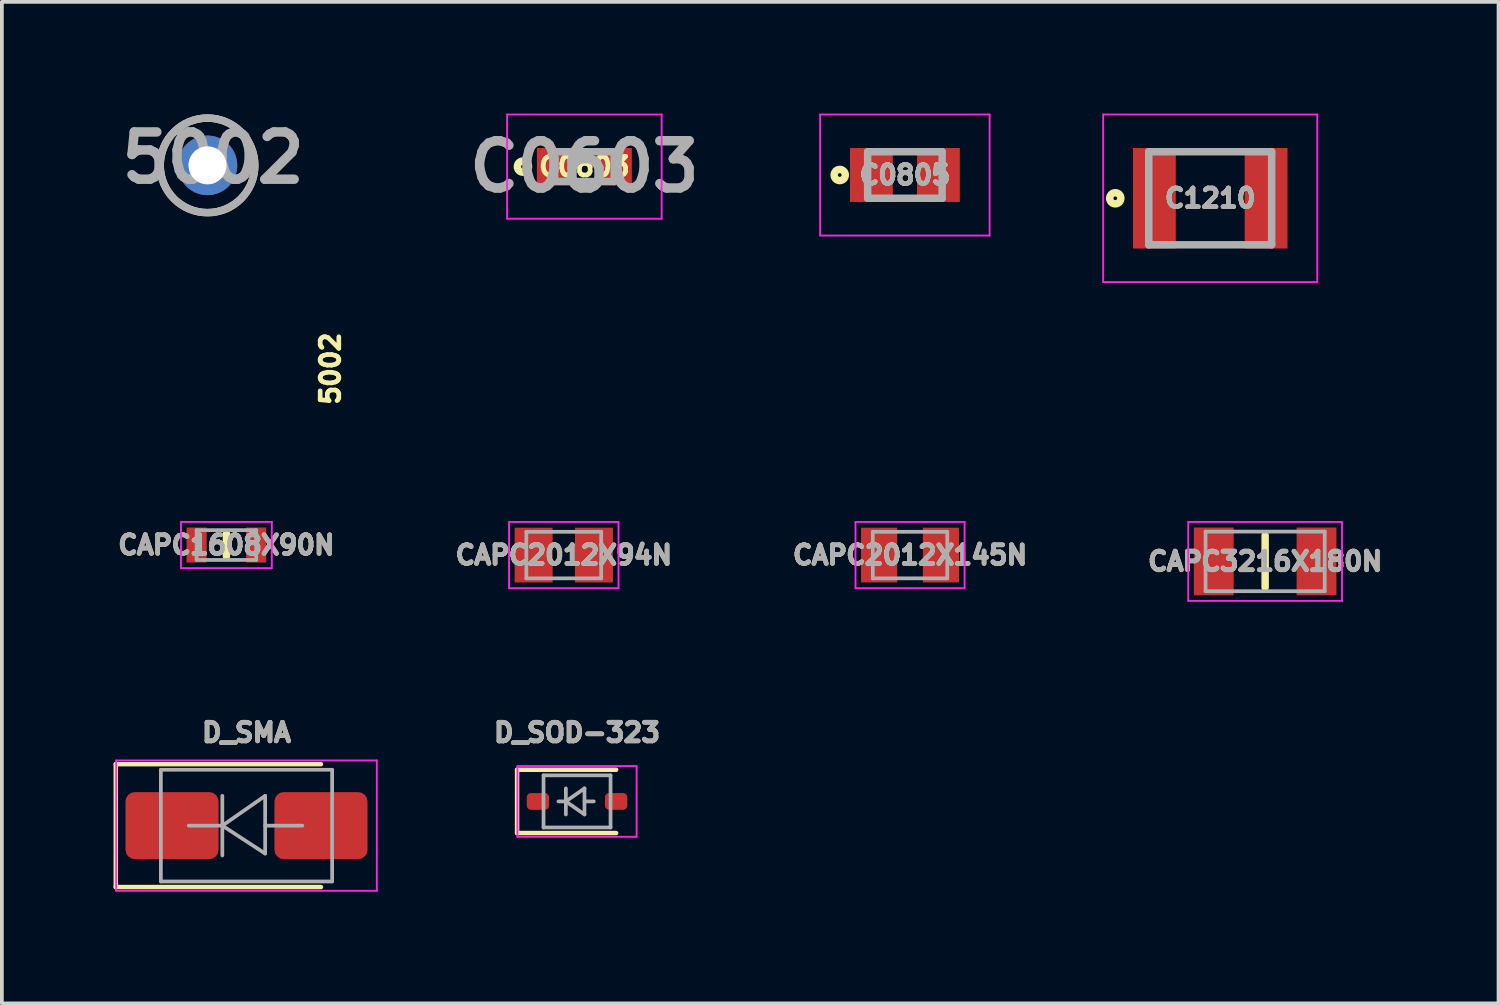
<source format=kicad_pcb>
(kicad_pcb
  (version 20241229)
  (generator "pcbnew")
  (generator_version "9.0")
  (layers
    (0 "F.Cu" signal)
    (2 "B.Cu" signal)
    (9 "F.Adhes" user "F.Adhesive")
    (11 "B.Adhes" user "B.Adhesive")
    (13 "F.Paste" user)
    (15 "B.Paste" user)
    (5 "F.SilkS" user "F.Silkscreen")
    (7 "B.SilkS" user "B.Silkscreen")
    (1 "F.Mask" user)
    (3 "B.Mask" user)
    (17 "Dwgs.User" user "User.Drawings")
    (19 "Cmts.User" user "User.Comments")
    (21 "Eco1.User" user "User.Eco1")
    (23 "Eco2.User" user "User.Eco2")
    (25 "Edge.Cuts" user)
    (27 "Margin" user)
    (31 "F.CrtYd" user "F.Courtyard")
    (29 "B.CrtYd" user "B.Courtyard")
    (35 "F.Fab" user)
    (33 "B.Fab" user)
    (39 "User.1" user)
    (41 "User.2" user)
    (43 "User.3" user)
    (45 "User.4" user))
  (footprint "C0603"
    (layer "F.Cu")
    (at 12.644 1.425)
    (property "Reference" "C0603" (at 0 0 0) (layer "F.SilkS") (effects (font (size 0.5 0.5) (thickness 0.25))))
    (attr smd)
    (fp_circle (center -1.65 0) (end -1.65 0.05) (stroke (width 0.2) (type solid)) (fill no) (layer "F.SilkS"))
    (fp_line (start -2.075 -1.4) (end 2.075 -1.4) (stroke (width 0.05) (type solid)) (layer "F.CrtYd"))
    (fp_line (start -2.075 1.4) (end -2.075 -1.4) (stroke (width 0.05) (type solid)) (layer "F.CrtYd"))
    (fp_line (start 2.075 -1.4) (end 2.075 1.4) (stroke (width 0.05) (type solid)) (layer "F.CrtYd"))
    (fp_line (start 2.075 1.4) (end -2.075 1.4) (stroke (width 0.05) (type solid)) (layer "F.CrtYd"))
    (fp_line (start -0.8 -0.4) (end 0.8 -0.4) (stroke (width 0.2) (type solid)) (layer "F.Fab"))
    (fp_line (start -0.8 0.4) (end -0.8 -0.4) (stroke (width 0.2) (type solid)) (layer "F.Fab"))
    (fp_line (start 0.8 -0.4) (end 0.8 0.4) (stroke (width 0.2) (type solid)) (layer "F.Fab"))
    (fp_line (start 0.8 0.4) (end -0.8 0.4) (stroke (width 0.2) (type solid)) (layer "F.Fab"))
    (fp_text user "${REFERENCE}" (at 0 0 0) (layer "F.Fab") (effects (font (size 1.27 1.27) (thickness 0.254))))
    (pad "1" smd rect (at -0.8 0 180) (size 0.95 1) (layers "F.Cu" "F.Mask" "F.Paste"))
    (pad "2" smd rect (at 0.8 0 180) (size 0.95 1) (layers "F.Cu" "F.Mask" "F.Paste")))
  (footprint "D_SOD-323"
    (layer "F.Cu")
    (at 12.447 18.473)
    (property "Reference" "D_SOD-323" (at 0 -1.85 0) (layer "F.SilkS") (effects (font (size 0.5 0.5) (thickness 0.25))))
    (attr smd)
    (fp_line (start -1.61 -0.85) (end -1.61 0.85) (stroke (width 0.12) (type solid)) (layer "F.SilkS"))
    (fp_line (start -1.61 -0.85) (end 1.05 -0.85) (stroke (width 0.12) (type solid)) (layer "F.SilkS"))
    (fp_line (start -1.61 0.85) (end 1.05 0.85) (stroke (width 0.12) (type solid)) (layer "F.SilkS"))
    (fp_line (start -1.6 -0.95) (end -1.6 0.95) (stroke (width 0.05) (type solid)) (layer "F.CrtYd"))
    (fp_line (start -1.6 -0.95) (end 1.6 -0.95) (stroke (width 0.05) (type solid)) (layer "F.CrtYd"))
    (fp_line (start -1.6 0.95) (end 1.6 0.95) (stroke (width 0.05) (type solid)) (layer "F.CrtYd"))
    (fp_line (start 1.6 -0.95) (end 1.6 0.95) (stroke (width 0.05) (type solid)) (layer "F.CrtYd"))
    (fp_line (start -0.9 -0.7) (end 0.9 -0.7) (stroke (width 0.1) (type solid)) (layer "F.Fab"))
    (fp_line (start -0.9 0.7) (end -0.9 -0.7) (stroke (width 0.1) (type solid)) (layer "F.Fab"))
    (fp_line (start -0.3 -0.35) (end -0.3 0.35) (stroke (width 0.1) (type solid)) (layer "F.Fab"))
    (fp_line (start -0.3 0) (end -0.5 0) (stroke (width 0.1) (type solid)) (layer "F.Fab"))
    (fp_line (start -0.3 0) (end 0.2 -0.35) (stroke (width 0.1) (type solid)) (layer "F.Fab"))
    (fp_line (start 0.2 -0.35) (end 0.2 0.35) (stroke (width 0.1) (type solid)) (layer "F.Fab"))
    (fp_line (start 0.2 0) (end 0.45 0) (stroke (width 0.1) (type solid)) (layer "F.Fab"))
    (fp_line (start 0.2 0.35) (end -0.3 0) (stroke (width 0.1) (type solid)) (layer "F.Fab"))
    (fp_line (start 0.9 -0.7) (end 0.9 0.7) (stroke (width 0.1) (type solid)) (layer "F.Fab"))
    (fp_line (start 0.9 0.7) (end -0.9 0.7) (stroke (width 0.1) (type solid)) (layer "F.Fab"))
    (fp_text user "${REFERENCE}" (at 0 -1.85 0) (layer "F.Fab") (effects (font (size 0.5 0.5) (thickness 0.25))))
    (pad "1" smd roundrect (at -1.05 0) (size 0.6 0.45) (layers "F.Cu" "F.Mask" "F.Paste") (roundrect_rratio 0.25))
    (pad "2" smd roundrect (at 1.05 0) (size 0.6 0.45) (layers "F.Cu" "F.Mask" "F.Paste") (roundrect_rratio 0.25)))
  (footprint "5002"
    (layer "F.Cu")
    (at 2.522 1.391)
    (property "Reference" "5002" (at 3.302 5.461 90) (layer "F.SilkS") (effects (font (size 0.5 0.5) (thickness 0.25))))
    (attr through_hole)
    (fp_circle (center 0 0) (end 0 1.27) (stroke (width 0.2) (type solid)) (fill no) (layer "F.SilkS"))
    (fp_circle (center 0 0) (end 0 1.27) (stroke (width 0.2) (type solid)) (fill no) (layer "F.Fab"))
    (fp_text user "${REFERENCE}" (at 0.151 -0.202 0) (layer "F.Fab") (effects (font (size 1.27 1.27) (thickness 0.254))))
    (pad "1" thru_hole circle (at 0 0 180) (size 1.6 1.6) (drill 1.02) (layers "*.Cu" "*.Mask")))
  (footprint "CAPC2012X145N"
    (layer "F.Cu")
    (at 21.39 11.857)
    (property "Reference" "CAPC2012X145N" (at 0 0 0) (layer "F.SilkS") (effects (font (size 0.5 0.5) (thickness 0.25))))
    (attr smd)
    (fp_line (start -1.465 -0.89) (end 1.465 -0.89) (stroke (width 0.05) (type solid)) (layer "F.CrtYd"))
    (fp_line (start -1.465 0.89) (end -1.465 -0.89) (stroke (width 0.05) (type solid)) (layer "F.CrtYd"))
    (fp_line (start 1.465 -0.89) (end 1.465 0.89) (stroke (width 0.05) (type solid)) (layer "F.CrtYd"))
    (fp_line (start 1.465 0.89) (end -1.465 0.89) (stroke (width 0.05) (type solid)) (layer "F.CrtYd"))
    (fp_line (start -1 -0.625) (end 1 -0.625) (stroke (width 0.1) (type solid)) (layer "F.Fab"))
    (fp_line (start -1 0.625) (end -1 -0.625) (stroke (width 0.1) (type solid)) (layer "F.Fab"))
    (fp_line (start 1 -0.625) (end 1 0.625) (stroke (width 0.1) (type solid)) (layer "F.Fab"))
    (fp_line (start 1 0.625) (end -1 0.625) (stroke (width 0.1) (type solid)) (layer "F.Fab"))
    (fp_text user "${REFERENCE}" (at 0 0 0) (layer "F.Fab") (effects (font (size 0.5 0.5) (thickness 0.25))))
    (pad "1" smd rect (at -0.83 0 180) (size 0.97 1.47) (layers "F.Cu" "F.Mask" "F.Paste"))
    (pad "2" smd rect (at 0.83 0 180) (size 0.97 1.47) (layers "F.Cu" "F.Mask" "F.Paste")))
  (footprint "CAPC1608X90N"
    (layer "F.Cu")
    (at 3.03 11.587)
    (property "Reference" "CAPC1608X90N" (at 0 0 0) (layer "F.SilkS") (effects (font (size 0.5 0.5) (thickness 0.25))))
    (attr smd)
    (fp_line (start 0 -0.3) (end 0 0.3) (stroke (width 0.2) (type solid)) (layer "F.SilkS"))
    (fp_line (start -1.22 -0.62) (end 1.22 -0.62) (stroke (width 0.05) (type solid)) (layer "F.CrtYd"))
    (fp_line (start -1.22 0.62) (end -1.22 -0.62) (stroke (width 0.05) (type solid)) (layer "F.CrtYd"))
    (fp_line (start 1.22 -0.62) (end 1.22 0.62) (stroke (width 0.05) (type solid)) (layer "F.CrtYd"))
    (fp_line (start 1.22 0.62) (end -1.22 0.62) (stroke (width 0.05) (type solid)) (layer "F.CrtYd"))
    (fp_line (start -0.8 -0.4) (end 0.8 -0.4) (stroke (width 0.1) (type solid)) (layer "F.Fab"))
    (fp_line (start -0.8 0.4) (end -0.8 -0.4) (stroke (width 0.1) (type solid)) (layer "F.Fab"))
    (fp_line (start 0.8 -0.4) (end 0.8 0.4) (stroke (width 0.1) (type solid)) (layer "F.Fab"))
    (fp_line (start 0.8 0.4) (end -0.8 0.4) (stroke (width 0.1) (type solid)) (layer "F.Fab"))
    (fp_text user "${REFERENCE}" (at 0 0 0) (layer "F.Fab") (effects (font (size 0.5 0.5) (thickness 0.25))))
    (pad "1" smd rect (at -0.8 0 180) (size 0.54 0.94) (layers "F.Cu" "F.Mask" "F.Paste"))
    (pad "2" smd rect (at 0.8 0 180) (size 0.54 0.94) (layers "F.Cu" "F.Mask" "F.Paste")))
  (footprint "C1210"
    (layer "F.Cu")
    (at 29.452 2.275)
    (property "Reference" "C1210" (at 0 0 0) (layer "F.SilkS") (effects (font (size 0.5 0.5) (thickness 0.25))))
    (attr smd)
    (fp_circle (center -2.55 0) (end -2.55 0.05) (stroke (width 0.2) (type solid)) (fill no) (layer "F.SilkS"))
    (fp_line (start -2.875 -2.25) (end 2.875 -2.25) (stroke (width 0.05) (type solid)) (layer "F.CrtYd"))
    (fp_line (start -2.875 2.25) (end -2.875 -2.25) (stroke (width 0.05) (type solid)) (layer "F.CrtYd"))
    (fp_line (start 2.875 -2.25) (end 2.875 2.25) (stroke (width 0.05) (type solid)) (layer "F.CrtYd"))
    (fp_line (start 2.875 2.25) (end -2.875 2.25) (stroke (width 0.05) (type solid)) (layer "F.CrtYd"))
    (fp_line (start -1.65 -1.25) (end 1.65 -1.25) (stroke (width 0.2) (type solid)) (layer "F.Fab"))
    (fp_line (start -1.65 1.25) (end -1.65 -1.25) (stroke (width 0.2) (type solid)) (layer "F.Fab"))
    (fp_line (start 1.65 -1.25) (end 1.65 1.25) (stroke (width 0.2) (type solid)) (layer "F.Fab"))
    (fp_line (start 1.65 1.25) (end -1.65 1.25) (stroke (width 0.2) (type solid)) (layer "F.Fab"))
    (fp_text user "${REFERENCE}" (at 0 0 0) (layer "F.Fab") (effects (font (size 0.5 0.5) (thickness 0.25))))
    (pad "1" smd rect (at -1.5 0 180) (size 1.15 2.7) (layers "F.Cu" "F.Mask" "F.Paste"))
    (pad "2" smd rect (at 1.5 0 180) (size 1.15 2.7) (layers "F.Cu" "F.Mask" "F.Paste")))
  (footprint "CAPC3216X180N"
    (layer "F.Cu")
    (at 30.927 12.027)
    (property "Reference" "CAPC3216X180N" (at 0 0 0) (layer "F.SilkS") (effects (font (size 0.5 0.5) (thickness 0.25))))
    (attr smd)
    (fp_line (start 0 -0.7) (end 0 0.7) (stroke (width 0.2) (type solid)) (layer "F.SilkS"))
    (fp_line (start -2.065 -1.06) (end 2.065 -1.06) (stroke (width 0.05) (type solid)) (layer "F.CrtYd"))
    (fp_line (start -2.065 1.06) (end -2.065 -1.06) (stroke (width 0.05) (type solid)) (layer "F.CrtYd"))
    (fp_line (start 2.065 -1.06) (end 2.065 1.06) (stroke (width 0.05) (type solid)) (layer "F.CrtYd"))
    (fp_line (start 2.065 1.06) (end -2.065 1.06) (stroke (width 0.05) (type solid)) (layer "F.CrtYd"))
    (fp_line (start -1.6 -0.8) (end 1.6 -0.8) (stroke (width 0.1) (type solid)) (layer "F.Fab"))
    (fp_line (start -1.6 0.8) (end -1.6 -0.8) (stroke (width 0.1) (type solid)) (layer "F.Fab"))
    (fp_line (start 1.6 -0.8) (end 1.6 0.8) (stroke (width 0.1) (type solid)) (layer "F.Fab"))
    (fp_line (start 1.6 0.8) (end -1.6 0.8) (stroke (width 0.1) (type solid)) (layer "F.Fab"))
    (fp_text user "${REFERENCE}" (at 0 0 0) (layer "F.Fab") (effects (font (size 0.5 0.5) (thickness 0.25))))
    (pad "1" smd rect (at -1.38 0 180) (size 1.07 1.82) (layers "F.Cu" "F.Mask" "F.Paste"))
    (pad "2" smd rect (at 1.38 0 180) (size 1.07 1.82) (layers "F.Cu" "F.Mask" "F.Paste")))
  (footprint "D_SMA"
    (layer "F.Cu")
    (at 3.57 19.123)
    (property "Reference" "D_SMA" (at 0 -2.5 180) (layer "F.SilkS") (effects (font (size 0.5 0.5) (thickness 0.25))))
    (attr smd)
    (fp_line (start -3.51 -1.65) (end -3.51 1.65) (stroke (width 0.12) (type solid)) (layer "F.SilkS"))
    (fp_line (start -3.51 -1.65) (end 2 -1.65) (stroke (width 0.12) (type solid)) (layer "F.SilkS"))
    (fp_line (start -3.51 1.65) (end 2 1.65) (stroke (width 0.12) (type solid)) (layer "F.SilkS"))
    (fp_line (start -3.5 -1.75) (end 3.5 -1.75) (stroke (width 0.05) (type solid)) (layer "F.CrtYd"))
    (fp_line (start -3.5 1.75) (end -3.5 -1.75) (stroke (width 0.05) (type solid)) (layer "F.CrtYd"))
    (fp_line (start 3.5 -1.75) (end 3.5 1.75) (stroke (width 0.05) (type solid)) (layer "F.CrtYd"))
    (fp_line (start 3.5 1.75) (end -3.5 1.75) (stroke (width 0.05) (type solid)) (layer "F.CrtYd"))
    (fp_line (start -2.3 1.5) (end -2.3 -1.5) (stroke (width 0.1) (type solid)) (layer "F.Fab"))
    (fp_line (start -0.649 -0.799) (end -0.649 0.801) (stroke (width 0.1) (type solid)) (layer "F.Fab"))
    (fp_line (start -0.649 0.001) (end -1.551 0.001) (stroke (width 0.1) (type solid)) (layer "F.Fab"))
    (fp_line (start -0.649 0.001) (end 0.501 -0.799) (stroke (width 0.1) (type solid)) (layer "F.Fab"))
    (fp_line (start -0.649 0.001) (end 0.501 0.75) (stroke (width 0.1) (type solid)) (layer "F.Fab"))
    (fp_line (start 0.501 0.001) (end 1.499 0.001) (stroke (width 0.1) (type solid)) (layer "F.Fab"))
    (fp_line (start 0.501 0.75) (end 0.501 -0.799) (stroke (width 0.1) (type solid)) (layer "F.Fab"))
    (fp_line (start 2.3 -1.5) (end -2.3 -1.5) (stroke (width 0.1) (type solid)) (layer "F.Fab"))
    (fp_line (start 2.3 -1.5) (end 2.3 1.5) (stroke (width 0.1) (type solid)) (layer "F.Fab"))
    (fp_line (start 2.3 1.5) (end -2.3 1.5) (stroke (width 0.1) (type solid)) (layer "F.Fab"))
    (fp_text user "${REFERENCE}" (at 0 -2.5 180) (layer "F.Fab") (effects (font (size 0.5 0.5) (thickness 0.25))))
    (pad "1" smd roundrect (at -2 0) (size 2.5 1.8) (layers "F.Cu" "F.Mask" "F.Paste") (roundrect_rratio 0.139))
    (pad "2" smd roundrect (at 2 0) (size 2.5 1.8) (layers "F.Cu" "F.Mask" "F.Paste") (roundrect_rratio 0.139)))
  (footprint "CAPC2012X94N"
    (layer "F.Cu")
    (at 12.091 11.857)
    (property "Reference" "CAPC2012X94N" (at 0 0 0) (layer "F.SilkS") (effects (font (size 0.5 0.5) (thickness 0.25))))
    (attr smd)
    (fp_line (start -1.47 -0.89) (end 1.47 -0.89) (stroke (width 0.05) (type solid)) (layer "F.CrtYd"))
    (fp_line (start -1.47 0.89) (end -1.47 -0.89) (stroke (width 0.05) (type solid)) (layer "F.CrtYd"))
    (fp_line (start 1.47 -0.89) (end 1.47 0.89) (stroke (width 0.05) (type solid)) (layer "F.CrtYd"))
    (fp_line (start 1.47 0.89) (end -1.47 0.89) (stroke (width 0.05) (type solid)) (layer "F.CrtYd"))
    (fp_line (start -1.005 -0.625) (end 1.005 -0.625) (stroke (width 0.1) (type solid)) (layer "F.Fab"))
    (fp_line (start -1.005 0.625) (end -1.005 -0.625) (stroke (width 0.1) (type solid)) (layer "F.Fab"))
    (fp_line (start 1.005 -0.625) (end 1.005 0.625) (stroke (width 0.1) (type solid)) (layer "F.Fab"))
    (fp_line (start 1.005 0.625) (end -1.005 0.625) (stroke (width 0.1) (type solid)) (layer "F.Fab"))
    (fp_text user "${REFERENCE}" (at 0 0 0) (layer "F.Fab") (effects (font (size 0.5 0.5) (thickness 0.25))))
    (pad "1" smd rect (at -0.81 0 180) (size 1.02 1.47) (layers "F.Cu" "F.Mask" "F.Paste"))
    (pad "2" smd rect (at 0.81 0 180) (size 1.02 1.47) (layers "F.Cu" "F.Mask" "F.Paste")))
  (footprint "C0805"
    (layer "F.Cu")
    (at 21.252 1.65)
    (property "Reference" "C0805" (at 0 0 0) (layer "F.SilkS") (effects (font (size 0.5 0.5) (thickness 0.25))))
    (attr smd)
    (fp_circle (center -1.75 0) (end -1.75 0.05) (stroke (width 0.2) (type solid)) (fill no) (layer "F.SilkS"))
    (fp_line (start -2.275 -1.625) (end 2.275 -1.625) (stroke (width 0.05) (type solid)) (layer "F.CrtYd"))
    (fp_line (start -2.275 1.625) (end -2.275 -1.625) (stroke (width 0.05) (type solid)) (layer "F.CrtYd"))
    (fp_line (start 2.275 -1.625) (end 2.275 1.625) (stroke (width 0.05) (type solid)) (layer "F.CrtYd"))
    (fp_line (start 2.275 1.625) (end -2.275 1.625) (stroke (width 0.05) (type solid)) (layer "F.CrtYd"))
    (fp_line (start -1 -0.625) (end 1 -0.625) (stroke (width 0.2) (type solid)) (layer "F.Fab"))
    (fp_line (start -1 0.625) (end -1 -0.625) (stroke (width 0.2) (type solid)) (layer "F.Fab"))
    (fp_line (start 1 -0.625) (end 1 0.625) (stroke (width 0.2) (type solid)) (layer "F.Fab"))
    (fp_line (start 1 0.625) (end -1 0.625) (stroke (width 0.2) (type solid)) (layer "F.Fab"))
    (fp_text user "${REFERENCE}" (at 0 0 0) (layer "F.Fab") (effects (font (size 0.5 0.5) (thickness 0.25))))
    (pad "1" smd rect (at -0.9 0 180) (size 1.15 1.45) (layers "F.Cu" "F.Mask" "F.Paste"))
    (pad "2" smd rect (at 0.9 0 180) (size 1.15 1.45) (layers "F.Cu" "F.Mask" "F.Paste")))
  (gr_rect
    (start -3 -3)
    (end 37.195 23.898)
    (stroke (width 0.1) (type default))
    (fill no)
    (layer "Edge.Cuts")))
</source>
